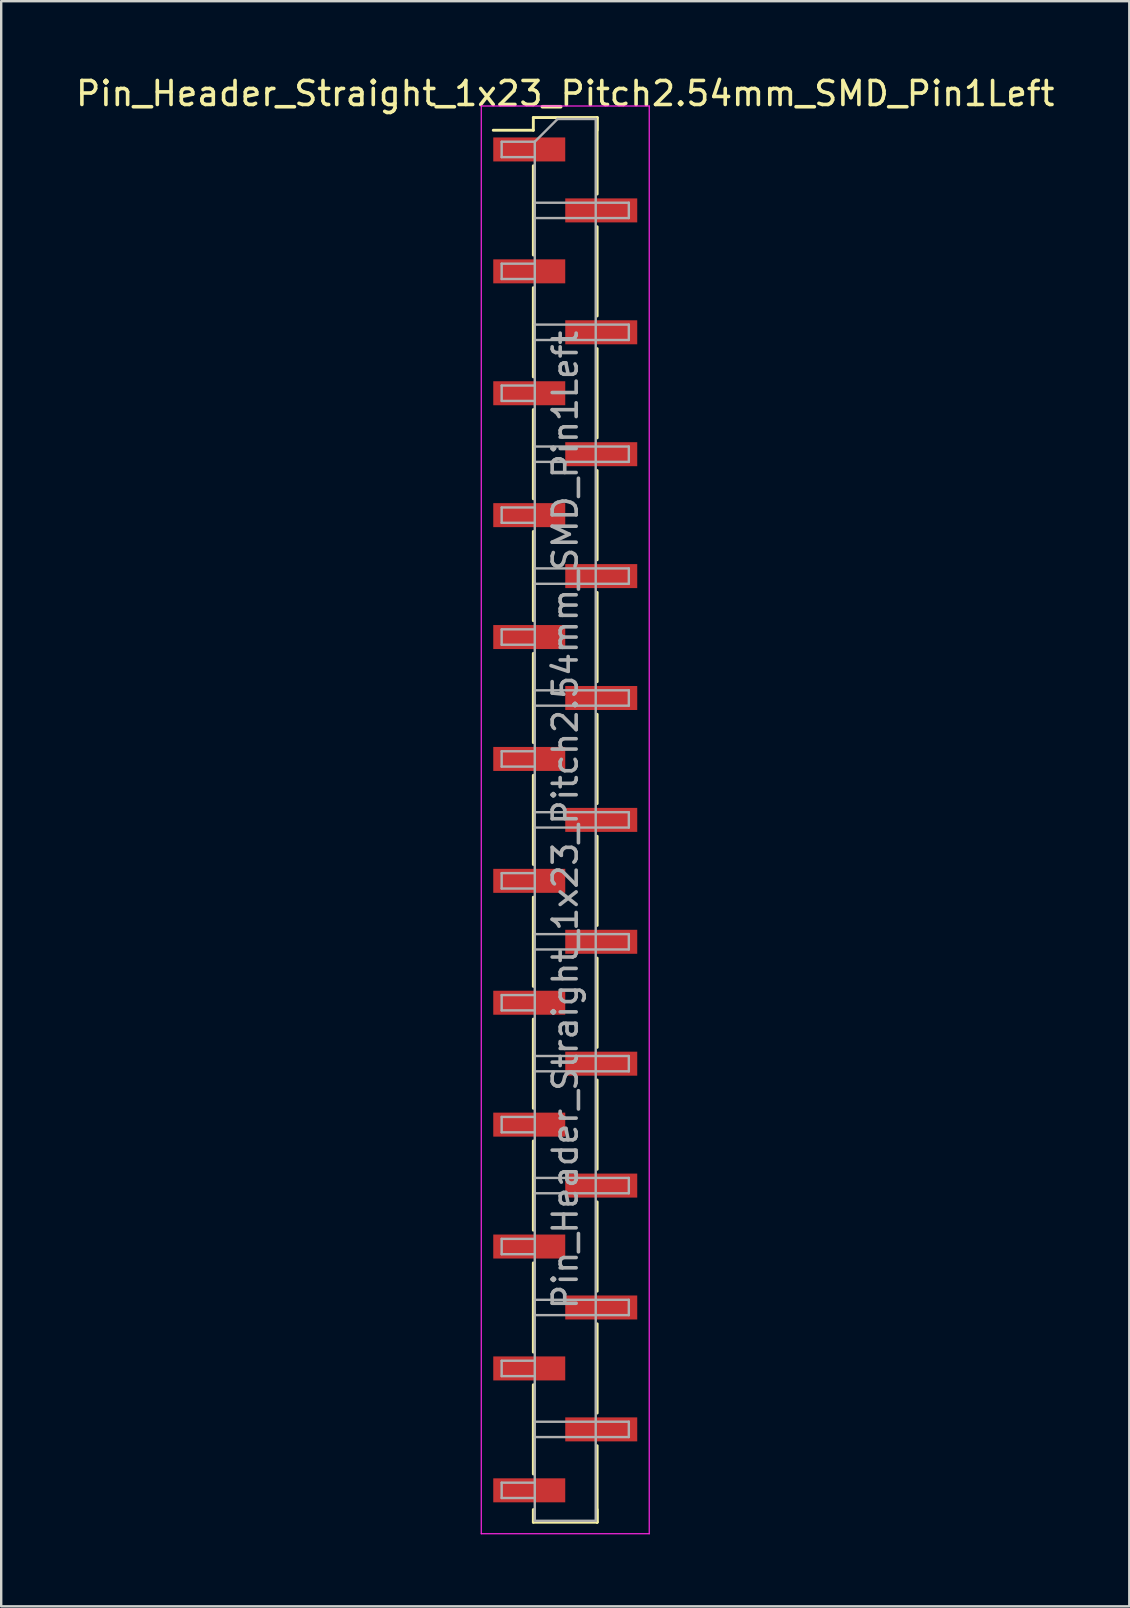
<source format=kicad_pcb>
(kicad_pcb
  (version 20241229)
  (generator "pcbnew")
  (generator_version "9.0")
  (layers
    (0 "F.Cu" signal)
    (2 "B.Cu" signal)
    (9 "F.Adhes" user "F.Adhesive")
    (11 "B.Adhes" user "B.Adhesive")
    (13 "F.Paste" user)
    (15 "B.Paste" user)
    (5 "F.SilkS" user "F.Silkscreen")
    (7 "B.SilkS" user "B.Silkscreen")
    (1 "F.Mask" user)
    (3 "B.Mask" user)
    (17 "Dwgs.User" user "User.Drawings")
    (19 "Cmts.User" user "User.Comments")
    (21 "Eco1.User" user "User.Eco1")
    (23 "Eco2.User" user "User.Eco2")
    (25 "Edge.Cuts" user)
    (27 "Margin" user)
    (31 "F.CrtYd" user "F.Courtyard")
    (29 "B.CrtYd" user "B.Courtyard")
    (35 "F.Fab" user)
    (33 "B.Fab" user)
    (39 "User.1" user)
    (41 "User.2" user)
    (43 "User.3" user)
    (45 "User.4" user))
  (footprint "Pin_Header_Straight_1x23_Pitch2.54mm_SMD_Pin1Left"
    (layer "F.Cu")
    (at 20.506 31.118)
    (property "Reference" "Pin_Header_Straight_1x23_Pitch2.54mm_SMD_Pin1Left" (at 0 -30.27 0) (layer "F.SilkS") (effects (font (size 1 1) (thickness 0.15))))
    (attr smd)
    (fp_line (start -1.33 -29.27) (end 1.33 -29.27) (stroke (width 0.12) (type solid)) (layer "F.SilkS"))
    (fp_line (start -1.33 -28.74) (end -3 -28.74) (stroke (width 0.12) (type solid)) (layer "F.SilkS"))
    (fp_line (start -1.33 -28.74) (end -1.33 -29.27) (stroke (width 0.12) (type solid)) (layer "F.SilkS"))
    (fp_line (start -1.33 -27.26) (end -1.33 -23.54) (stroke (width 0.12) (type solid)) (layer "F.SilkS"))
    (fp_line (start -1.33 -22.18) (end -1.33 -18.46) (stroke (width 0.12) (type solid)) (layer "F.SilkS"))
    (fp_line (start -1.33 -17.1) (end -1.33 -13.38) (stroke (width 0.12) (type solid)) (layer "F.SilkS"))
    (fp_line (start -1.33 -12.02) (end -1.33 -8.3) (stroke (width 0.12) (type solid)) (layer "F.SilkS"))
    (fp_line (start -1.33 -6.94) (end -1.33 -3.22) (stroke (width 0.12) (type solid)) (layer "F.SilkS"))
    (fp_line (start -1.33 -1.86) (end -1.33 1.86) (stroke (width 0.12) (type solid)) (layer "F.SilkS"))
    (fp_line (start -1.33 3.22) (end -1.33 6.94) (stroke (width 0.12) (type solid)) (layer "F.SilkS"))
    (fp_line (start -1.33 8.3) (end -1.33 12.02) (stroke (width 0.12) (type solid)) (layer "F.SilkS"))
    (fp_line (start -1.33 13.38) (end -1.33 17.1) (stroke (width 0.12) (type solid)) (layer "F.SilkS"))
    (fp_line (start -1.33 18.46) (end -1.33 22.18) (stroke (width 0.12) (type solid)) (layer "F.SilkS"))
    (fp_line (start -1.33 23.54) (end -1.33 27.26) (stroke (width 0.12) (type solid)) (layer "F.SilkS"))
    (fp_line (start -1.33 28.74) (end -1.33 29.27) (stroke (width 0.12) (type solid)) (layer "F.SilkS"))
    (fp_line (start -1.33 29.27) (end 1.33 29.27) (stroke (width 0.12) (type solid)) (layer "F.SilkS"))
    (fp_line (start 1.33 -29.27) (end 1.33 -28.74) (stroke (width 0.12) (type solid)) (layer "F.SilkS"))
    (fp_line (start 1.33 -29.27) (end 1.33 -26.08) (stroke (width 0.12) (type solid)) (layer "F.SilkS"))
    (fp_line (start 1.33 -24.72) (end 1.33 -21) (stroke (width 0.12) (type solid)) (layer "F.SilkS"))
    (fp_line (start 1.33 -19.64) (end 1.33 -15.92) (stroke (width 0.12) (type solid)) (layer "F.SilkS"))
    (fp_line (start 1.33 -14.56) (end 1.33 -10.84) (stroke (width 0.12) (type solid)) (layer "F.SilkS"))
    (fp_line (start 1.33 -9.48) (end 1.33 -5.76) (stroke (width 0.12) (type solid)) (layer "F.SilkS"))
    (fp_line (start 1.33 -4.4) (end 1.33 -0.68) (stroke (width 0.12) (type solid)) (layer "F.SilkS"))
    (fp_line (start 1.33 0.68) (end 1.33 4.4) (stroke (width 0.12) (type solid)) (layer "F.SilkS"))
    (fp_line (start 1.33 5.76) (end 1.33 9.48) (stroke (width 0.12) (type solid)) (layer "F.SilkS"))
    (fp_line (start 1.33 10.84) (end 1.33 14.56) (stroke (width 0.12) (type solid)) (layer "F.SilkS"))
    (fp_line (start 1.33 15.92) (end 1.33 19.64) (stroke (width 0.12) (type solid)) (layer "F.SilkS"))
    (fp_line (start 1.33 21) (end 1.33 24.72) (stroke (width 0.12) (type solid)) (layer "F.SilkS"))
    (fp_line (start 1.33 26.08) (end 1.33 29.27) (stroke (width 0.12) (type solid)) (layer "F.SilkS"))
    (fp_line (start 1.33 29.27) (end 1.33 28.74) (stroke (width 0.12) (type solid)) (layer "F.SilkS"))
    (fp_line (start -3.5 -29.75) (end -3.5 29.75) (stroke (width 0.05) (type solid)) (layer "F.CrtYd"))
    (fp_line (start -3.5 29.75) (end 3.5 29.75) (stroke (width 0.05) (type solid)) (layer "F.CrtYd"))
    (fp_line (start 3.5 -29.75) (end -3.5 -29.75) (stroke (width 0.05) (type solid)) (layer "F.CrtYd"))
    (fp_line (start 3.5 29.75) (end 3.5 -29.75) (stroke (width 0.05) (type solid)) (layer "F.CrtYd"))
    (fp_line (start -2.65 -28.26) (end -2.65 -27.62) (stroke (width 0.1) (type solid)) (layer "F.Fab"))
    (fp_line (start -2.65 -27.62) (end -1.27 -27.62) (stroke (width 0.1) (type solid)) (layer "F.Fab"))
    (fp_line (start -2.65 -23.18) (end -2.65 -22.54) (stroke (width 0.1) (type solid)) (layer "F.Fab"))
    (fp_line (start -2.65 -22.54) (end -1.27 -22.54) (stroke (width 0.1) (type solid)) (layer "F.Fab"))
    (fp_line (start -2.65 -18.1) (end -2.65 -17.46) (stroke (width 0.1) (type solid)) (layer "F.Fab"))
    (fp_line (start -2.65 -17.46) (end -1.27 -17.46) (stroke (width 0.1) (type solid)) (layer "F.Fab"))
    (fp_line (start -2.65 -13.02) (end -2.65 -12.38) (stroke (width 0.1) (type solid)) (layer "F.Fab"))
    (fp_line (start -2.65 -12.38) (end -1.27 -12.38) (stroke (width 0.1) (type solid)) (layer "F.Fab"))
    (fp_line (start -2.65 -7.94) (end -2.65 -7.3) (stroke (width 0.1) (type solid)) (layer "F.Fab"))
    (fp_line (start -2.65 -7.3) (end -1.27 -7.3) (stroke (width 0.1) (type solid)) (layer "F.Fab"))
    (fp_line (start -2.65 -2.86) (end -2.65 -2.22) (stroke (width 0.1) (type solid)) (layer "F.Fab"))
    (fp_line (start -2.65 -2.22) (end -1.27 -2.22) (stroke (width 0.1) (type solid)) (layer "F.Fab"))
    (fp_line (start -2.65 2.22) (end -2.65 2.86) (stroke (width 0.1) (type solid)) (layer "F.Fab"))
    (fp_line (start -2.65 2.86) (end -1.27 2.86) (stroke (width 0.1) (type solid)) (layer "F.Fab"))
    (fp_line (start -2.65 7.3) (end -2.65 7.94) (stroke (width 0.1) (type solid)) (layer "F.Fab"))
    (fp_line (start -2.65 7.94) (end -1.27 7.94) (stroke (width 0.1) (type solid)) (layer "F.Fab"))
    (fp_line (start -2.65 12.38) (end -2.65 13.02) (stroke (width 0.1) (type solid)) (layer "F.Fab"))
    (fp_line (start -2.65 13.02) (end -1.27 13.02) (stroke (width 0.1) (type solid)) (layer "F.Fab"))
    (fp_line (start -2.65 17.46) (end -2.65 18.1) (stroke (width 0.1) (type solid)) (layer "F.Fab"))
    (fp_line (start -2.65 18.1) (end -1.27 18.1) (stroke (width 0.1) (type solid)) (layer "F.Fab"))
    (fp_line (start -2.65 22.54) (end -2.65 23.18) (stroke (width 0.1) (type solid)) (layer "F.Fab"))
    (fp_line (start -2.65 23.18) (end -1.27 23.18) (stroke (width 0.1) (type solid)) (layer "F.Fab"))
    (fp_line (start -2.65 27.62) (end -2.65 28.26) (stroke (width 0.1) (type solid)) (layer "F.Fab"))
    (fp_line (start -2.65 28.26) (end -1.27 28.26) (stroke (width 0.1) (type solid)) (layer "F.Fab"))
    (fp_line (start -1.27 -28.26) (end -2.65 -28.26) (stroke (width 0.1) (type solid)) (layer "F.Fab"))
    (fp_line (start -1.27 -28.26) (end -0.32 -29.21) (stroke (width 0.1) (type solid)) (layer "F.Fab"))
    (fp_line (start -1.27 -25.72) (end 2.65 -25.72) (stroke (width 0.1) (type solid)) (layer "F.Fab"))
    (fp_line (start -1.27 -23.18) (end -2.65 -23.18) (stroke (width 0.1) (type solid)) (layer "F.Fab"))
    (fp_line (start -1.27 -20.64) (end 2.65 -20.64) (stroke (width 0.1) (type solid)) (layer "F.Fab"))
    (fp_line (start -1.27 -18.1) (end -2.65 -18.1) (stroke (width 0.1) (type solid)) (layer "F.Fab"))
    (fp_line (start -1.27 -15.56) (end 2.65 -15.56) (stroke (width 0.1) (type solid)) (layer "F.Fab"))
    (fp_line (start -1.27 -13.02) (end -2.65 -13.02) (stroke (width 0.1) (type solid)) (layer "F.Fab"))
    (fp_line (start -1.27 -10.48) (end 2.65 -10.48) (stroke (width 0.1) (type solid)) (layer "F.Fab"))
    (fp_line (start -1.27 -7.94) (end -2.65 -7.94) (stroke (width 0.1) (type solid)) (layer "F.Fab"))
    (fp_line (start -1.27 -5.4) (end 2.65 -5.4) (stroke (width 0.1) (type solid)) (layer "F.Fab"))
    (fp_line (start -1.27 -2.86) (end -2.65 -2.86) (stroke (width 0.1) (type solid)) (layer "F.Fab"))
    (fp_line (start -1.27 -0.32) (end 2.65 -0.32) (stroke (width 0.1) (type solid)) (layer "F.Fab"))
    (fp_line (start -1.27 2.22) (end -2.65 2.22) (stroke (width 0.1) (type solid)) (layer "F.Fab"))
    (fp_line (start -1.27 4.76) (end 2.65 4.76) (stroke (width 0.1) (type solid)) (layer "F.Fab"))
    (fp_line (start -1.27 7.3) (end -2.65 7.3) (stroke (width 0.1) (type solid)) (layer "F.Fab"))
    (fp_line (start -1.27 9.84) (end 2.65 9.84) (stroke (width 0.1) (type solid)) (layer "F.Fab"))
    (fp_line (start -1.27 12.38) (end -2.65 12.38) (stroke (width 0.1) (type solid)) (layer "F.Fab"))
    (fp_line (start -1.27 14.92) (end 2.65 14.92) (stroke (width 0.1) (type solid)) (layer "F.Fab"))
    (fp_line (start -1.27 17.46) (end -2.65 17.46) (stroke (width 0.1) (type solid)) (layer "F.Fab"))
    (fp_line (start -1.27 20) (end 2.65 20) (stroke (width 0.1) (type solid)) (layer "F.Fab"))
    (fp_line (start -1.27 22.54) (end -2.65 22.54) (stroke (width 0.1) (type solid)) (layer "F.Fab"))
    (fp_line (start -1.27 25.08) (end 2.65 25.08) (stroke (width 0.1) (type solid)) (layer "F.Fab"))
    (fp_line (start -1.27 27.62) (end -2.65 27.62) (stroke (width 0.1) (type solid)) (layer "F.Fab"))
    (fp_line (start -1.27 29.21) (end -1.27 -28.26) (stroke (width 0.1) (type solid)) (layer "F.Fab"))
    (fp_line (start -0.32 -29.21) (end 1.27 -29.21) (stroke (width 0.1) (type solid)) (layer "F.Fab"))
    (fp_line (start 1.27 -29.21) (end 1.27 29.21) (stroke (width 0.1) (type solid)) (layer "F.Fab"))
    (fp_line (start 1.27 29.21) (end -1.27 29.21) (stroke (width 0.1) (type solid)) (layer "F.Fab"))
    (fp_line (start 2.65 -25.72) (end 2.65 -25.08) (stroke (width 0.1) (type solid)) (layer "F.Fab"))
    (fp_line (start 2.65 -25.08) (end -1.27 -25.08) (stroke (width 0.1) (type solid)) (layer "F.Fab"))
    (fp_line (start 2.65 -20.64) (end 2.65 -20) (stroke (width 0.1) (type solid)) (layer "F.Fab"))
    (fp_line (start 2.65 -20) (end -1.27 -20) (stroke (width 0.1) (type solid)) (layer "F.Fab"))
    (fp_line (start 2.65 -15.56) (end 2.65 -14.92) (stroke (width 0.1) (type solid)) (layer "F.Fab"))
    (fp_line (start 2.65 -14.92) (end -1.27 -14.92) (stroke (width 0.1) (type solid)) (layer "F.Fab"))
    (fp_line (start 2.65 -10.48) (end 2.65 -9.84) (stroke (width 0.1) (type solid)) (layer "F.Fab"))
    (fp_line (start 2.65 -9.84) (end -1.27 -9.84) (stroke (width 0.1) (type solid)) (layer "F.Fab"))
    (fp_line (start 2.65 -5.4) (end 2.65 -4.76) (stroke (width 0.1) (type solid)) (layer "F.Fab"))
    (fp_line (start 2.65 -4.76) (end -1.27 -4.76) (stroke (width 0.1) (type solid)) (layer "F.Fab"))
    (fp_line (start 2.65 -0.32) (end 2.65 0.32) (stroke (width 0.1) (type solid)) (layer "F.Fab"))
    (fp_line (start 2.65 0.32) (end -1.27 0.32) (stroke (width 0.1) (type solid)) (layer "F.Fab"))
    (fp_line (start 2.65 4.76) (end 2.65 5.4) (stroke (width 0.1) (type solid)) (layer "F.Fab"))
    (fp_line (start 2.65 5.4) (end -1.27 5.4) (stroke (width 0.1) (type solid)) (layer "F.Fab"))
    (fp_line (start 2.65 9.84) (end 2.65 10.48) (stroke (width 0.1) (type solid)) (layer "F.Fab"))
    (fp_line (start 2.65 10.48) (end -1.27 10.48) (stroke (width 0.1) (type solid)) (layer "F.Fab"))
    (fp_line (start 2.65 14.92) (end 2.65 15.56) (stroke (width 0.1) (type solid)) (layer "F.Fab"))
    (fp_line (start 2.65 15.56) (end -1.27 15.56) (stroke (width 0.1) (type solid)) (layer "F.Fab"))
    (fp_line (start 2.65 20) (end 2.65 20.64) (stroke (width 0.1) (type solid)) (layer "F.Fab"))
    (fp_line (start 2.65 20.64) (end -1.27 20.64) (stroke (width 0.1) (type solid)) (layer "F.Fab"))
    (fp_line (start 2.65 25.08) (end 2.65 25.72) (stroke (width 0.1) (type solid)) (layer "F.Fab"))
    (fp_line (start 2.65 25.72) (end -1.27 25.72) (stroke (width 0.1) (type solid)) (layer "F.Fab"))
    (fp_text user "${REFERENCE}" (at 0 0 90) (layer "F.Fab") (effects (font (size 1 1) (thickness 0.15))))
    (pad "1" smd rect (at -1.5 -27.94) (size 3 1) (layers "F.Cu" "F.Mask"))
    (pad "2" smd rect (at 1.5 -25.4) (size 3 1) (layers "F.Cu" "F.Mask"))
    (pad "3" smd rect (at -1.5 -22.86) (size 3 1) (layers "F.Cu" "F.Mask"))
    (pad "4" smd rect (at 1.5 -20.32) (size 3 1) (layers "F.Cu" "F.Mask"))
    (pad "5" smd rect (at -1.5 -17.78) (size 3 1) (layers "F.Cu" "F.Mask"))
    (pad "6" smd rect (at 1.5 -15.24) (size 3 1) (layers "F.Cu" "F.Mask"))
    (pad "7" smd rect (at -1.5 -12.7) (size 3 1) (layers "F.Cu" "F.Mask"))
    (pad "8" smd rect (at 1.5 -10.16) (size 3 1) (layers "F.Cu" "F.Mask"))
    (pad "9" smd rect (at -1.5 -7.62) (size 3 1) (layers "F.Cu" "F.Mask"))
    (pad "10" smd rect (at 1.5 -5.08) (size 3 1) (layers "F.Cu" "F.Mask"))
    (pad "11" smd rect (at -1.5 -2.54) (size 3 1) (layers "F.Cu" "F.Mask"))
    (pad "12" smd rect (at 1.5 0) (size 3 1) (layers "F.Cu" "F.Mask"))
    (pad "13" smd rect (at -1.5 2.54) (size 3 1) (layers "F.Cu" "F.Mask"))
    (pad "14" smd rect (at 1.5 5.08) (size 3 1) (layers "F.Cu" "F.Mask"))
    (pad "15" smd rect (at -1.5 7.62) (size 3 1) (layers "F.Cu" "F.Mask"))
    (pad "16" smd rect (at 1.5 10.16) (size 3 1) (layers "F.Cu" "F.Mask"))
    (pad "17" smd rect (at -1.5 12.7) (size 3 1) (layers "F.Cu" "F.Mask"))
    (pad "18" smd rect (at 1.5 15.24) (size 3 1) (layers "F.Cu" "F.Mask"))
    (pad "19" smd rect (at -1.5 17.78) (size 3 1) (layers "F.Cu" "F.Mask"))
    (pad "20" smd rect (at 1.5 20.32) (size 3 1) (layers "F.Cu" "F.Mask"))
    (pad "21" smd rect (at -1.5 22.86) (size 3 1) (layers "F.Cu" "F.Mask"))
    (pad "22" smd rect (at 1.5 25.4) (size 3 1) (layers "F.Cu" "F.Mask"))
    (pad "23" smd rect (at -1.5 27.94) (size 3 1) (layers "F.Cu" "F.Mask")))
  (gr_rect
    (start -3 -3)
    (end 44.012 63.893)
    (stroke (width 0.1) (type default))
    (fill no)
    (layer "Edge.Cuts")))
</source>
